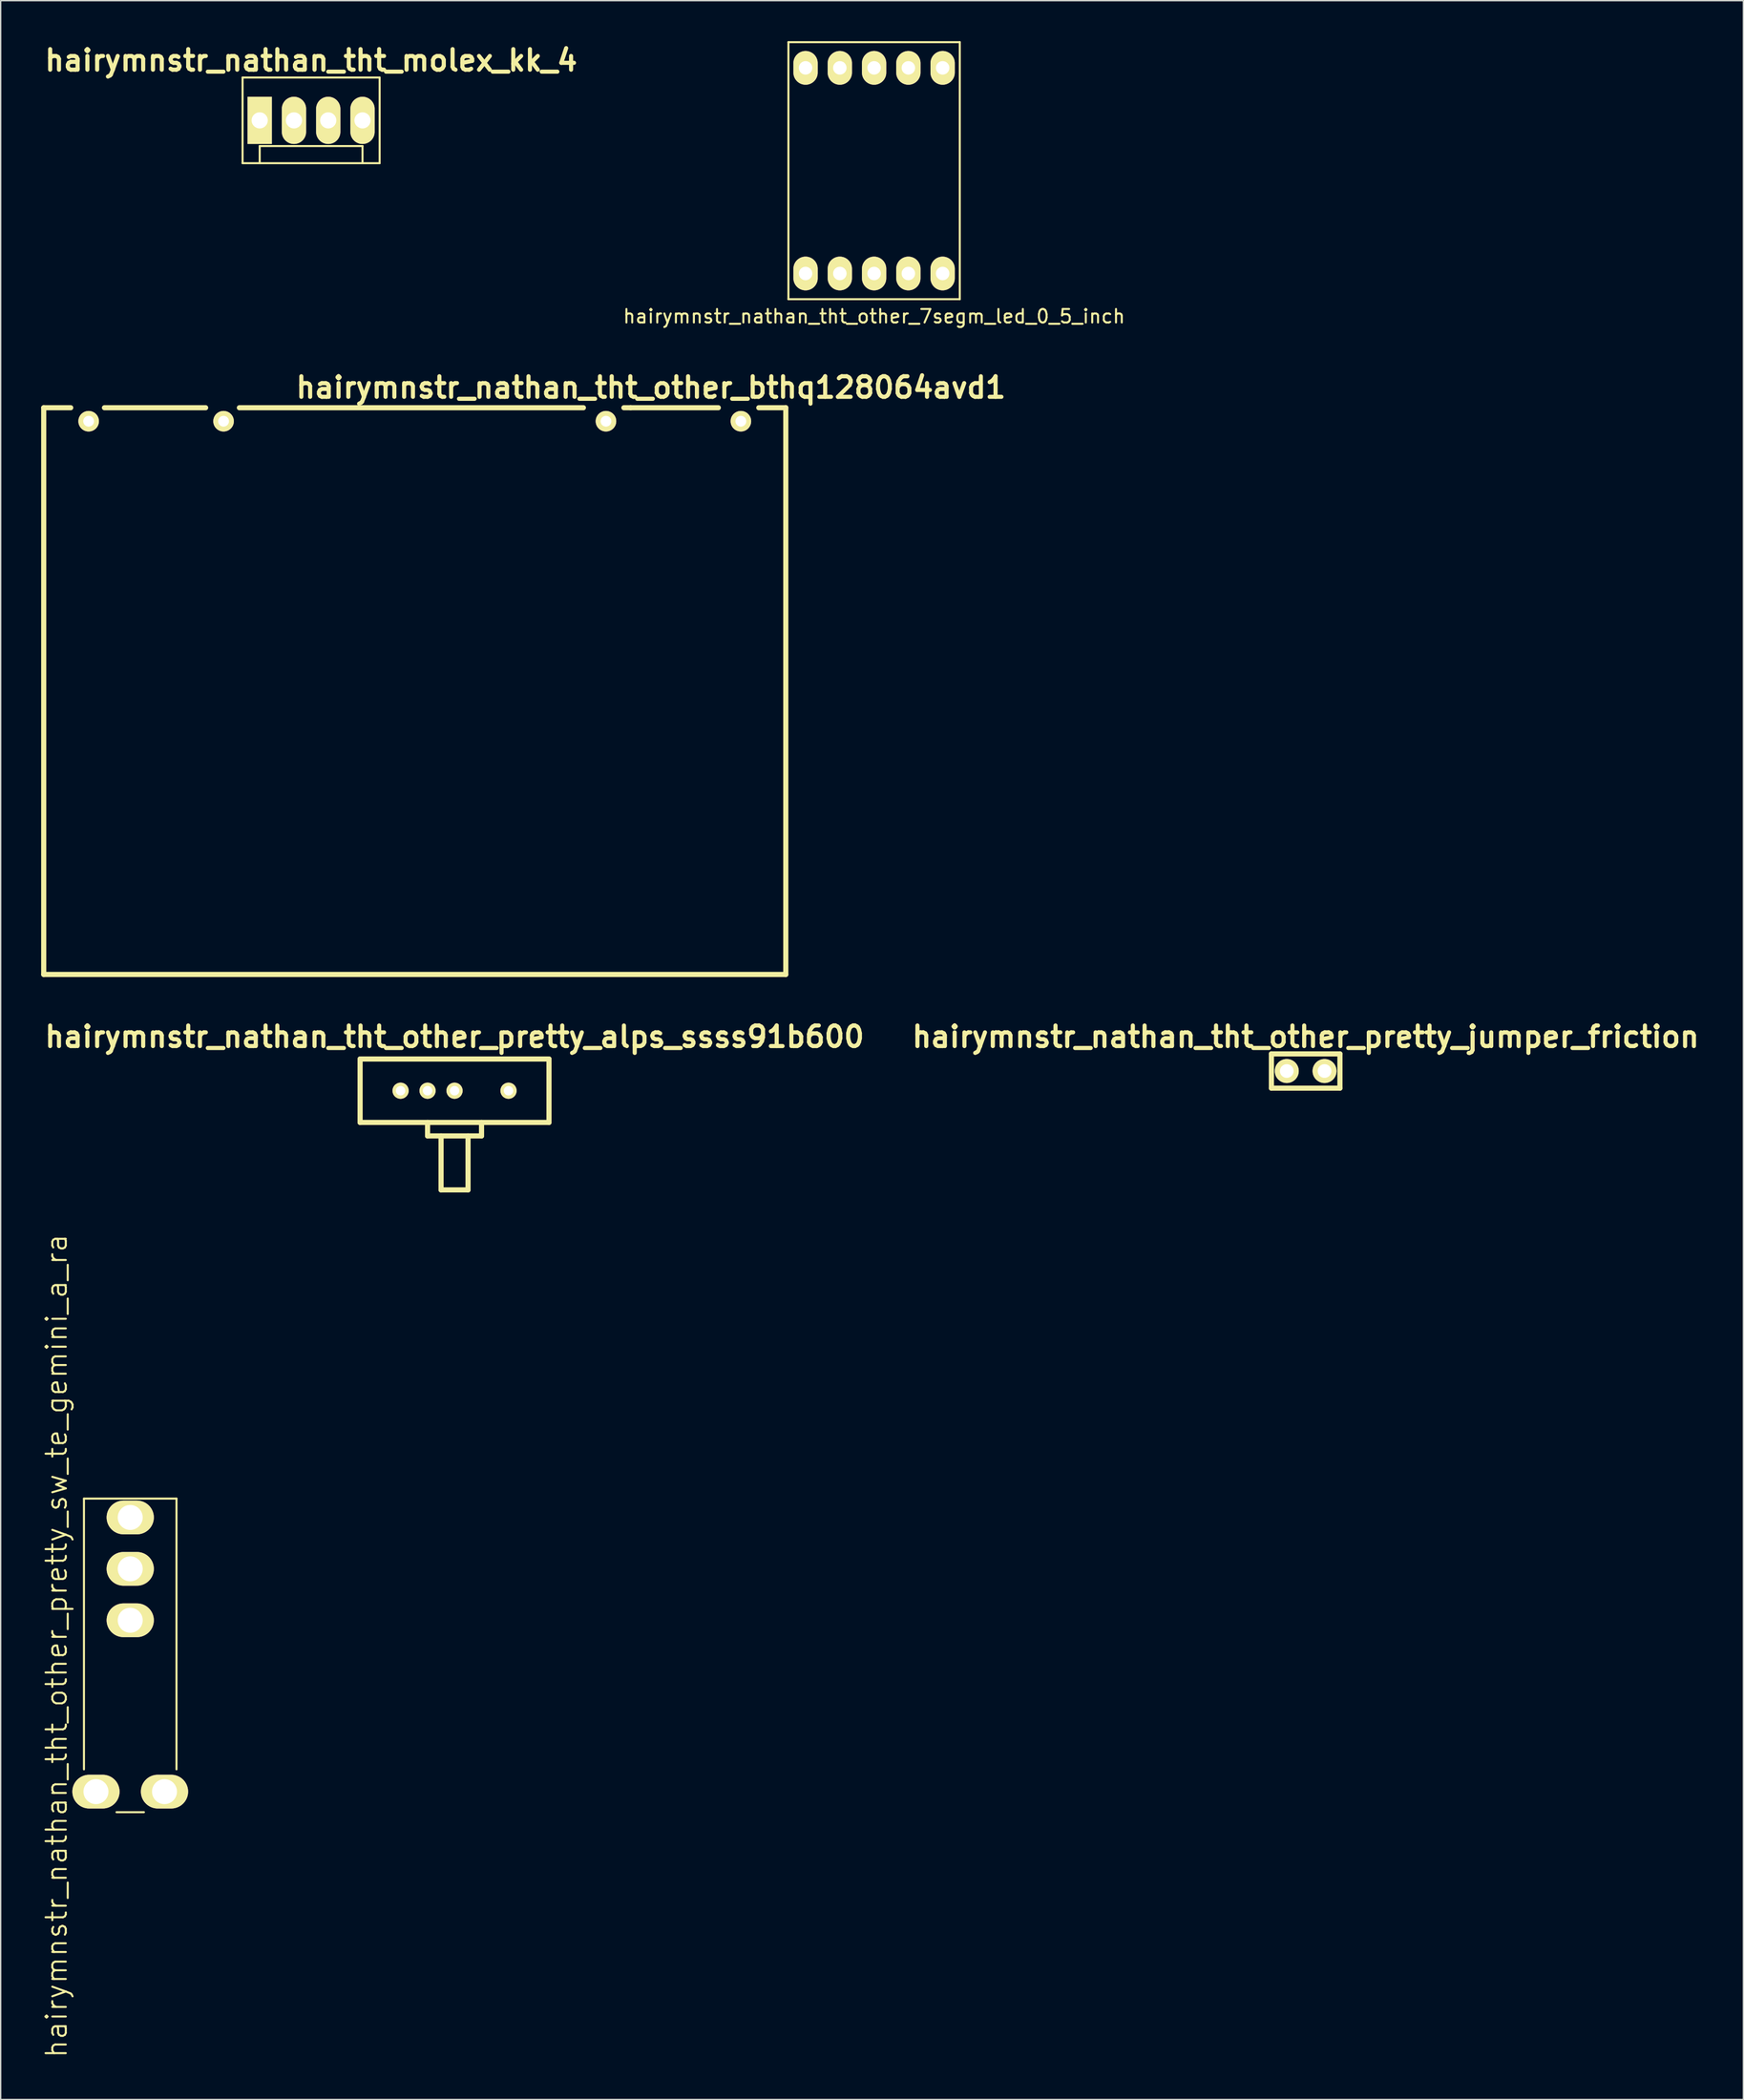
<source format=kicad_pcb>
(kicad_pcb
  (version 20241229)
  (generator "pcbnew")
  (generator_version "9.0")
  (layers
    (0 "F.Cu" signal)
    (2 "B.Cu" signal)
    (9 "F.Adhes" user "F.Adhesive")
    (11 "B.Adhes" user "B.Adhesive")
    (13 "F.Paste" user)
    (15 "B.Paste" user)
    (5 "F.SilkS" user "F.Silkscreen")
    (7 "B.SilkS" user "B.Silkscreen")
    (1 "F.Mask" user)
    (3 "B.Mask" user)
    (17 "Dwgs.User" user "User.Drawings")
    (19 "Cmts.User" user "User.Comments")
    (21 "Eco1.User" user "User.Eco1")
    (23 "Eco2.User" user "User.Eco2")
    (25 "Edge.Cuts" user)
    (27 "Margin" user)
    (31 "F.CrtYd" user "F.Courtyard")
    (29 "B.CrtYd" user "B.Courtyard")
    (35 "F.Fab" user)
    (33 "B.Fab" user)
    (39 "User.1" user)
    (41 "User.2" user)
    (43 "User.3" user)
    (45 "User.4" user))
  (footprint "hairymnstr_nathan_tht_other_bthq128064avd1"
    (layer "F.Cu")
    (at 27.691 28.169)
    (property "Reference" "hairymnstr_nathan_tht_other_bthq128064avd1" (at 17.501 -2.499 0) (layer "F.SilkS") (effects (font (size 1.524 1.524) (thickness 0.305))))
    (attr through_hole)
    (fp_line (start -27.501 -1.001) (end -27.501 41.001) (stroke (width 0.381) (type solid)) (layer "F.SilkS"))
    (fp_line (start -27.501 -1.001) (end -25.499 -1.001) (stroke (width 0.381) (type solid)) (layer "F.SilkS"))
    (fp_line (start -27.501 41.001) (end 27.501 41.001) (stroke (width 0.381) (type solid)) (layer "F.SilkS"))
    (fp_line (start -15.499 -1.001) (end -23 -1.001) (stroke (width 0.381) (type solid)) (layer "F.SilkS"))
    (fp_line (start 12.499 -1.001) (end -13 -1.001) (stroke (width 0.381) (type solid)) (layer "F.SilkS"))
    (fp_line (start 15.999 -1.001) (end 15.499 -1.001) (stroke (width 0.381) (type solid)) (layer "F.SilkS"))
    (fp_line (start 22.499 -1.001) (end 15.999 -1.001) (stroke (width 0.381) (type solid)) (layer "F.SilkS"))
    (fp_line (start 27.501 -1.001) (end 25.499 -1.001) (stroke (width 0.381) (type solid)) (layer "F.SilkS"))
    (fp_line (start 27.501 41.001) (end 27.501 -1.001) (stroke (width 0.381) (type solid)) (layer "F.SilkS"))
    (pad "1" thru_hole circle (at -24.171 0) (size 1.524 1.524) (drill 0.8) (layers "*.Cu" "*.Mask" "F.SilkS"))
    (pad "2" thru_hole circle (at -14.171 0) (size 1.524 1.524) (drill 0.8) (layers "*.Cu" "*.Mask" "F.SilkS"))
    (pad "3" thru_hole circle (at 14.171 0) (size 1.524 1.524) (drill 0.8) (layers "*.Cu" "*.Mask" "F.SilkS"))
    (pad "4" thru_hole circle (at 24.171 0) (size 1.524 1.524) (drill 0.8) (layers "*.Cu" "*.Mask" "F.SilkS")))
  (footprint "hairymnstr_nathan_tht_molex_kk_4"
    (layer "F.Cu")
    (at 20.008 5.871)
    (property "Reference" "hairymnstr_nathan_tht_molex_kk_4" (at 0 -4.445 0) (layer "F.SilkS") (effects (font (size 1.524 1.524) (thickness 0.305))))
    (attr through_hole)
    (fp_line (start -5.08 3.175) (end -5.08 -3.175) (stroke (width 0.15) (type solid)) (layer "F.SilkS"))
    (fp_line (start -5.08 3.175) (end 5.08 3.175) (stroke (width 0.15) (type solid)) (layer "F.SilkS"))
    (fp_line (start -3.81 1.905) (end 3.81 1.905) (stroke (width 0.15) (type solid)) (layer "F.SilkS"))
    (fp_line (start -3.81 3.175) (end -3.81 1.905) (stroke (width 0.15) (type solid)) (layer "F.SilkS"))
    (fp_line (start 3.81 1.905) (end 3.81 3.175) (stroke (width 0.15) (type solid)) (layer "F.SilkS"))
    (fp_line (start 5.08 -3.175) (end -5.08 -3.175) (stroke (width 0.15) (type solid)) (layer "F.SilkS"))
    (fp_line (start 5.08 3.175) (end 5.08 -3.175) (stroke (width 0.15) (type solid)) (layer "F.SilkS"))
    (pad "1" thru_hole rect (at -3.81 0) (size 1.8 3.5) (drill 1.2) (layers "*.Cu" "*.Mask" "F.SilkS"))
    (pad "2" thru_hole oval (at -1.27 0) (size 1.8 3.5) (drill 1.2) (layers "*.Cu" "*.Mask" "F.SilkS"))
    (pad "3" thru_hole oval (at 1.27 0) (size 1.8 3.5) (drill 1.2) (layers "*.Cu" "*.Mask" "F.SilkS"))
    (pad "4" thru_hole oval (at 3.81 0) (size 1.8 3.5) (drill 1.2) (layers "*.Cu" "*.Mask" "F.SilkS")))
  (footprint "hairymnstr_nathan_tht_other_pretty_sw_te_gemini_a_ra"
    (layer "F.Cu")
    (at 6.602 117.033)
    (property "Reference" "hairymnstr_nathan_tht_other_pretty_sw_te_gemini_a_ra" (at -5.461 1.905 90) (layer "F.SilkS") (effects (font (size 1.5 1.5) (thickness 0.15))))
    (attr through_hole)
    (fp_line (start -3.429 -9.017) (end 3.429 -9.017) (stroke (width 0.15) (type solid)) (layer "F.SilkS"))
    (fp_line (start -3.429 11.049) (end -3.429 -9.017) (stroke (width 0.15) (type solid)) (layer "F.SilkS"))
    (fp_line (start -1.016 14.224) (end 1.016 14.224) (stroke (width 0.15) (type solid)) (layer "F.SilkS"))
    (fp_line (start 3.429 -9.017) (end 3.429 11.049) (stroke (width 0.15) (type solid)) (layer "F.SilkS"))
    (pad "1" thru_hole oval (at 0 0) (size 3.5 2.5) (drill 1.85) (layers "*.Cu" "*.Mask" "F.SilkS"))
    (pad "2" thru_hole oval (at 0 -3.81) (size 3.5 2.5) (drill 1.85) (layers "*.Cu" "*.Mask" "F.SilkS"))
    (pad "3" thru_hole oval (at 0 -7.62) (size 3.5 2.5) (drill 1.85) (layers "*.Cu" "*.Mask" "F.SilkS"))
    (pad "MECH" thru_hole oval (at -2.54 12.7) (size 3.5 2.5) (drill 1.85) (layers "*.Cu" "*.Mask" "F.SilkS"))
    (pad "MECH" thru_hole oval (at 2.54 12.7) (size 3.5 2.5) (drill 1.85) (layers "*.Cu" "*.Mask" "F.SilkS")))
  (footprint "hairymnstr_nathan_tht_other_7segm_led_0_5_inch"
    (layer "F.Cu")
    (at 61.736 9.6)
    (property "Reference" "hairymnstr_nathan_tht_other_7segm_led_0_5_inch" (at 0 10.795 0) (layer "F.SilkS") (effects (font (size 1 1) (thickness 0.15))))
    (attr through_hole)
    (fp_line (start -6.35 -9.525) (end 6.35 -9.525) (stroke (width 0.15) (type solid)) (layer "F.SilkS"))
    (fp_line (start -6.35 9.525) (end -6.35 -9.525) (stroke (width 0.15) (type solid)) (layer "F.SilkS"))
    (fp_line (start 6.35 -9.525) (end 6.35 9.525) (stroke (width 0.15) (type solid)) (layer "F.SilkS"))
    (fp_line (start 6.35 9.525) (end -6.35 9.525) (stroke (width 0.15) (type solid)) (layer "F.SilkS"))
    (pad "1" thru_hole oval (at -5.08 7.62) (size 1.8 2.5) (drill 1) (layers "*.Cu" "*.Mask" "F.SilkS"))
    (pad "2" thru_hole oval (at -2.54 7.62) (size 1.8 2.5) (drill 1) (layers "*.Cu" "*.Mask" "F.SilkS"))
    (pad "3" thru_hole oval (at 0 7.62) (size 1.8 2.5) (drill 1) (layers "*.Cu" "*.Mask" "F.SilkS"))
    (pad "4" thru_hole oval (at 2.54 7.62) (size 1.8 2.5) (drill 1) (layers "*.Cu" "*.Mask" "F.SilkS"))
    (pad "5" thru_hole oval (at 5.08 7.62) (size 1.8 2.5) (drill 1) (layers "*.Cu" "*.Mask" "F.SilkS"))
    (pad "6" thru_hole oval (at 5.08 -7.62) (size 1.8 2.5) (drill 1) (layers "*.Cu" "*.Mask" "F.SilkS"))
    (pad "7" thru_hole oval (at 2.54 -7.62) (size 1.8 2.5) (drill 1) (layers "*.Cu" "*.Mask" "F.SilkS"))
    (pad "8" thru_hole oval (at 0 -7.62) (size 1.8 2.5) (drill 1) (layers "*.Cu" "*.Mask" "F.SilkS"))
    (pad "9" thru_hole oval (at -2.54 -7.62) (size 1.8 2.5) (drill 1) (layers "*.Cu" "*.Mask" "F.SilkS"))
    (pad "10" thru_hole oval (at -5.08 -7.62) (size 1.8 2.5) (drill 1) (layers "*.Cu" "*.Mask" "F.SilkS")))
  (footprint "hairymnstr_nathan_tht_other_pretty_jumper_friction"
    (layer "F.Cu")
    (at 93.722 76.327)
    (property "Reference" "hairymnstr_nathan_tht_other_pretty_jumper_friction" (at 0 -2.54 0) (layer "F.SilkS") (effects (font (size 1.524 1.524) (thickness 0.305))))
    (attr through_hole)
    (fp_line (start -2.54 -1.27) (end -2.54 1.27) (stroke (width 0.381) (type solid)) (layer "F.SilkS"))
    (fp_line (start -2.54 1.27) (end 2.54 1.27) (stroke (width 0.381) (type solid)) (layer "F.SilkS"))
    (fp_line (start 2.54 -1.27) (end -2.54 -1.27) (stroke (width 0.381) (type solid)) (layer "F.SilkS"))
    (fp_line (start 2.54 1.27) (end 2.54 -1.27) (stroke (width 0.381) (type solid)) (layer "F.SilkS"))
    (pad "1" thru_hole circle (at -1.4 0) (size 1.778 1.778) (drill 1.016) (layers "*.Cu" "*.Mask" "F.SilkS"))
    (pad "2" thru_hole circle (at 1.4 0) (size 1.778 1.778) (drill 1.016) (layers "*.Cu" "*.Mask" "F.SilkS")))
  (footprint "hairymnstr_nathan_tht_other_pretty_alps_ssss91b600"
    (layer "F.Cu")
    (at 30.64 77.787)
    (property "Reference" "hairymnstr_nathan_tht_other_pretty_alps_ssss91b600" (at 0 -4 0) (layer "F.SilkS") (effects (font (size 1.524 1.524) (thickness 0.305))))
    (attr through_hole)
    (fp_line (start -7 -2.35) (end 7 -2.35) (stroke (width 0.381) (type solid)) (layer "F.SilkS"))
    (fp_line (start -7 2.35) (end -7 -2.35) (stroke (width 0.381) (type solid)) (layer "F.SilkS"))
    (fp_line (start -2 2.35) (end -2 3.35) (stroke (width 0.381) (type solid)) (layer "F.SilkS"))
    (fp_line (start -2 3.35) (end 2 3.35) (stroke (width 0.381) (type solid)) (layer "F.SilkS"))
    (fp_line (start -1 3.35) (end -1 7.35) (stroke (width 0.381) (type solid)) (layer "F.SilkS"))
    (fp_line (start -1 7.35) (end 1 7.35) (stroke (width 0.381) (type solid)) (layer "F.SilkS"))
    (fp_line (start 1 7.35) (end 1 3.35) (stroke (width 0.381) (type solid)) (layer "F.SilkS"))
    (fp_line (start 2 3.35) (end 2 2.35) (stroke (width 0.381) (type solid)) (layer "F.SilkS"))
    (fp_line (start 7 -2.35) (end 7 2.35) (stroke (width 0.381) (type solid)) (layer "F.SilkS"))
    (fp_line (start 7 2.35) (end -7 2.35) (stroke (width 0.381) (type solid)) (layer "F.SilkS"))
    (pad "A" thru_hole circle (at -4 0) (size 1.2 1.2) (drill 0.7) (layers "*.Cu" "*.Mask" "F.SilkS"))
    (pad "B" thru_hole circle (at -2 0) (size 1.2 1.2) (drill 0.7) (layers "*.Cu" "*.Mask" "F.SilkS"))
    (pad "C" thru_hole circle (at 4 0) (size 1.2 1.2) (drill 0.7) (layers "*.Cu" "*.Mask" "F.SilkS"))
    (pad "CMN" thru_hole circle (at 0 0) (size 1.2 1.2) (drill 0.7) (layers "*.Cu" "*.Mask" "F.SilkS")))
  (gr_rect
    (start -3 -3)
    (end 126.164 152.549)
    (stroke (width 0.1) (type default))
    (fill no)
    (layer "Edge.Cuts")))
</source>
